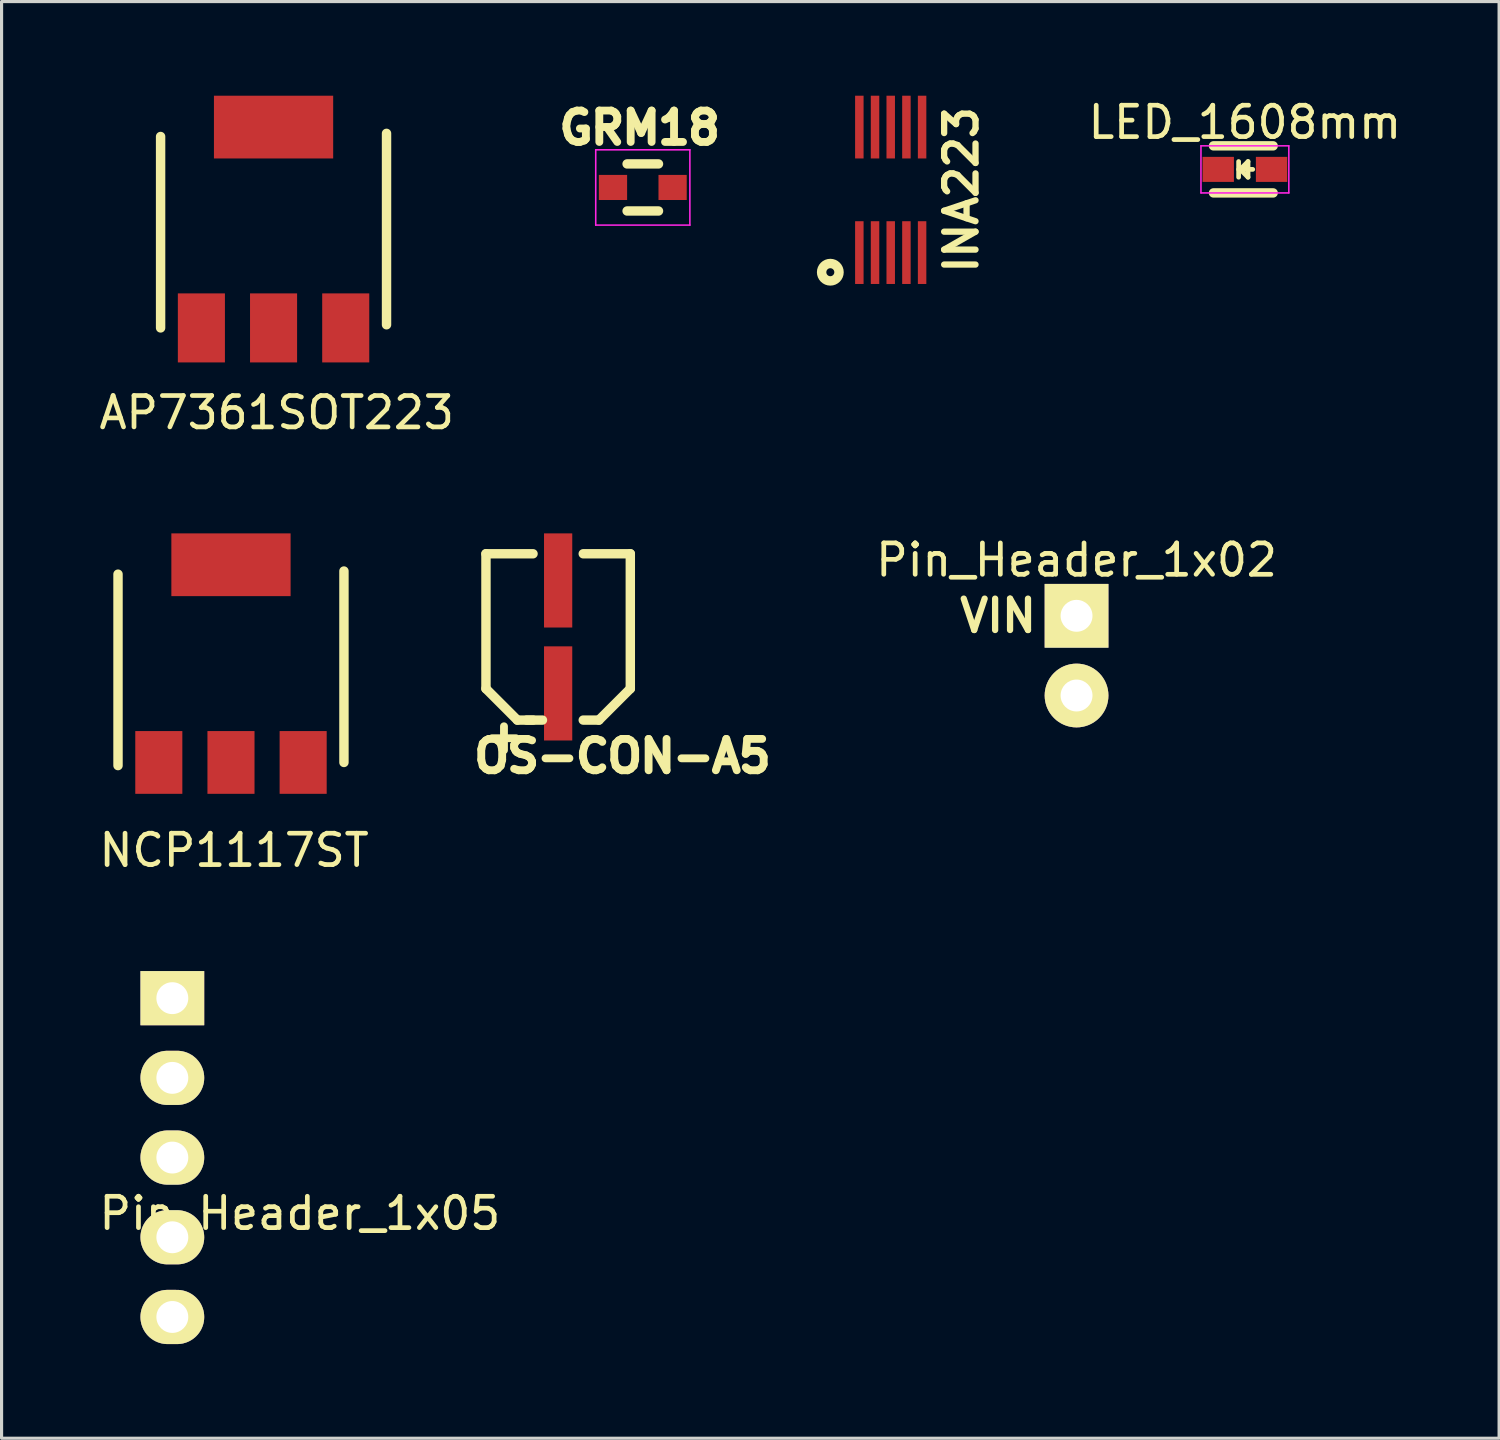
<source format=kicad_pcb>
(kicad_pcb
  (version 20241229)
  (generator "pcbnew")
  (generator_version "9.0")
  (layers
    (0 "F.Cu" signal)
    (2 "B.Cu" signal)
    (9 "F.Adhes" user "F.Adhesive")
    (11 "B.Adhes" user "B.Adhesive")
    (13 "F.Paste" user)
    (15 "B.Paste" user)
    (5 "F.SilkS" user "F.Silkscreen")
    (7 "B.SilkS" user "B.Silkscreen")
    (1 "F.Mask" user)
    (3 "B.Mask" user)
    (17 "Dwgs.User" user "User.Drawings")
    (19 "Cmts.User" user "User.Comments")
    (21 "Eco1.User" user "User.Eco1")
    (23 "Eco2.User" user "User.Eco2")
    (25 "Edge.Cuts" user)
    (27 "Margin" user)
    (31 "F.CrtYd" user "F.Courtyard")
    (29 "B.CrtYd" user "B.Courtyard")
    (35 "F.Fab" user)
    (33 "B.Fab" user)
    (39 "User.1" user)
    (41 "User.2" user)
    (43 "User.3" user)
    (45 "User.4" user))
  (footprint "LED_1608mm"
    (layer "F.Cu")
    (at 36.623 2.348)
    (property "Reference" "LED_1608mm" (at 0 -1.5 0) (layer "F.SilkS") (effects (font (size 1 1) (thickness 0.15))))
    (attr smd)
    (fp_line (start -1 -0.75) (end 0.9 -0.75) (stroke (width 0.3) (type solid)) (layer "F.SilkS"))
    (fp_line (start -1 0.75) (end 0.9 0.75) (stroke (width 0.3) (type solid)) (layer "F.SilkS"))
    (fp_line (start -0.2 -0.25) (end -0.2 0.25) (stroke (width 0.15) (type solid)) (layer "F.SilkS"))
    (fp_line (start -0.2 0) (end 0.25 0) (stroke (width 0.15) (type solid)) (layer "F.SilkS"))
    (fp_line (start -0.15 0) (end 0.1 -0.25) (stroke (width 0.15) (type solid)) (layer "F.SilkS"))
    (fp_line (start 0.1 -0.25) (end 0.1 0.25) (stroke (width 0.15) (type solid)) (layer "F.SilkS"))
    (fp_line (start 0.1 0.25) (end -0.15 0) (stroke (width 0.15) (type solid)) (layer "F.SilkS"))
    (fp_line (start -1.4 -0.75) (end 1.4 -0.75) (stroke (width 0.05) (type solid)) (layer "F.CrtYd"))
    (fp_line (start -1.4 0.75) (end -1.4 -0.75) (stroke (width 0.05) (type solid)) (layer "F.CrtYd"))
    (fp_line (start 1.4 -0.75) (end 1.4 0.75) (stroke (width 0.05) (type solid)) (layer "F.CrtYd"))
    (fp_line (start 1.4 0.75) (end -1.4 0.75) (stroke (width 0.05) (type solid)) (layer "F.CrtYd"))
    (pad "1" smd rect (at -0.85 0 180) (size 1 0.798) (layers "F.Cu" "F.Mask" "F.Paste"))
    (pad "2" smd rect (at 0.85 0 180) (size 1 0.798) (layers "F.Cu" "F.Mask" "F.Paste")))
  (footprint "OS-CON-A5"
    (layer "F.Cu")
    (at 14.737 17.248)
    (property "Reference" "OS-CON-A5" (at 2.05 3.8 0) (layer "F.SilkS") (effects (font (size 1 1) (thickness 0.25))))
    (attr through_hole)
    (fp_line (start -2.3 -2.65) (end -2.3 1.65) (stroke (width 0.3) (type solid)) (layer "F.SilkS"))
    (fp_line (start -2.3 -2.65) (end -0.8 -2.65) (stroke (width 0.3) (type solid)) (layer "F.SilkS"))
    (fp_line (start -1.3 2.65) (end -2.3 1.65) (stroke (width 0.3) (type solid)) (layer "F.SilkS"))
    (fp_line (start -1.3 2.65) (end -0.8 2.65) (stroke (width 0.3) (type solid)) (layer "F.SilkS"))
    (fp_line (start -1 2.65) (end -0.5 2.65) (stroke (width 0.3) (type solid)) (layer "F.SilkS"))
    (fp_line (start 0.8 -2.65) (end 2.3 -2.65) (stroke (width 0.3) (type solid)) (layer "F.SilkS"))
    (fp_line (start 0.8 2.65) (end 1.3 2.65) (stroke (width 0.3) (type solid)) (layer "F.SilkS"))
    (fp_line (start 1.3 2.65) (end 2.3 1.65) (stroke (width 0.3) (type solid)) (layer "F.SilkS"))
    (fp_line (start 2.3 -2.65) (end 2.3 1.65) (stroke (width 0.3) (type solid)) (layer "F.SilkS"))
    (fp_text user "+" (at -1.726 3.16 0) (layer "F.SilkS") (effects (font (size 1 1) (thickness 0.25))))
    (pad "1" smd rect (at 0 1.8) (size 0.9 3) (layers "F.Cu" "F.Mask" "F.Paste"))
    (pad "2" smd rect (at 0 -1.8) (size 0.9 3) (layers "F.Cu" "F.Mask" "F.Paste")))
  (footprint "GRM18"
    (layer "F.Cu")
    (at 17.435 2.924)
    (property "Reference" "GRM18" (at -0.1 -1.9 0) (layer "F.SilkS") (effects (font (size 1 1) (thickness 0.25))))
    (attr smd)
    (fp_line (start -0.5 -0.75) (end 0.5 -0.75) (stroke (width 0.3) (type solid)) (layer "F.SilkS"))
    (fp_line (start 0.5 0.75) (end -0.5 0.75) (stroke (width 0.3) (type solid)) (layer "F.SilkS"))
    (fp_line (start -1.5 -1.2) (end -1.5 1.2) (stroke (width 0.05) (type solid)) (layer "F.CrtYd"))
    (fp_line (start -1.5 -1.2) (end 1.5 -1.2) (stroke (width 0.05) (type solid)) (layer "F.CrtYd"))
    (fp_line (start -1.5 1.2) (end 1.5 1.2) (stroke (width 0.05) (type solid)) (layer "F.CrtYd"))
    (fp_line (start 1.5 -1.2) (end 1.5 1.2) (stroke (width 0.05) (type solid)) (layer "F.CrtYd"))
    (pad "1" smd rect (at -0.95 0) (size 0.9 0.8) (layers "F.Cu" "F.Mask" "F.Paste"))
    (pad "2" smd rect (at 0.95 0) (size 0.9 0.8) (layers "F.Cu" "F.Mask" "F.Paste")))
  (footprint "INA223"
    (layer "F.Cu")
    (at 25.336 3)
    (property "Reference" "INA223" (at 2.25 0 90) (layer "F.SilkS") (effects (font (size 1 1) (thickness 0.2))))
    (attr through_hole)
    (fp_circle (center -1.925 2.625) (end -1.8 2.65) (stroke (width 0.3) (type solid)) (fill no) (layer "F.SilkS"))
    (pad "1" smd rect (at -1 2) (size 0.27 2) (layers "F.Cu" "F.Mask" "F.Paste"))
    (pad "2" smd rect (at -0.5 2) (size 0.27 2) (layers "F.Cu" "F.Mask" "F.Paste"))
    (pad "3" smd rect (at 0 2) (size 0.27 2) (layers "F.Cu" "F.Mask" "F.Paste"))
    (pad "4" smd rect (at 0.5 2) (size 0.27 2) (layers "F.Cu" "F.Mask" "F.Paste"))
    (pad "5" smd rect (at 1 2) (size 0.27 2) (layers "F.Cu" "F.Mask" "F.Paste"))
    (pad "6" smd rect (at 1 -2) (size 0.27 2) (layers "F.Cu" "F.Mask" "F.Paste"))
    (pad "7" smd rect (at 0.5 -2) (size 0.27 2) (layers "F.Cu" "F.Mask" "F.Paste"))
    (pad "8" smd rect (at 0 -2) (size 0.27 2) (layers "F.Cu" "F.Mask" "F.Paste"))
    (pad "9" smd rect (at -0.5 -2) (size 0.27 2) (layers "F.Cu" "F.Mask" "F.Paste"))
    (pad "10" smd rect (at -1 -2) (size 0.27 2) (layers "F.Cu" "F.Mask" "F.Paste")))
  (footprint "NCP1117ST"
    (layer "F.Cu")
    (at 4.311 21.248)
    (property "Reference" "NCP1117ST" (at 0.1 2.8 0) (layer "F.SilkS") (effects (font (size 1 1) (thickness 0.15))))
    (attr through_hole)
    (fp_line (start -3.6 -6) (end -3.6 0.1) (stroke (width 0.3) (type solid)) (layer "F.SilkS"))
    (fp_line (start 3.6 -6.1) (end 3.6 0) (stroke (width 0.3) (type solid)) (layer "F.SilkS"))
    (pad "" smd rect (at 0 -6.3) (size 3.8 2) (layers "F.Cu" "F.Mask" "F.Paste"))
    (pad "1" smd rect (at -2.3 0) (size 1.5 2) (layers "F.Cu" "F.Mask" "F.Paste"))
    (pad "2" smd rect (at 0 0) (size 1.5 2) (layers "F.Cu" "F.Mask" "F.Paste"))
    (pad "3" smd rect (at 2.3 0) (size 1.5 2) (layers "F.Cu" "F.Mask" "F.Paste")))
  (footprint "AP7361SOT223"
    (layer "F.Cu")
    (at 5.668 7.3)
    (property "Reference" "AP7361SOT223" (at 0.1 2.8 0) (layer "F.SilkS") (effects (font (size 1 1) (thickness 0.15))))
    (attr through_hole)
    (fp_line (start -3.6 -6) (end -3.6 0.1) (stroke (width 0.3) (type solid)) (layer "F.SilkS"))
    (fp_line (start 3.6 -6.1) (end 3.6 0) (stroke (width 0.3) (type solid)) (layer "F.SilkS"))
    (pad "" smd rect (at 0 -6.3) (size 3.8 2) (layers "F.Cu" "F.Mask" "F.Paste"))
    (pad "1" smd rect (at -2.3 0.1) (size 1.5 2.2) (layers "F.Cu" "F.Mask" "F.Paste"))
    (pad "2" smd rect (at 0 0.1) (size 1.5 2.2) (layers "F.Cu" "F.Mask" "F.Paste"))
    (pad "3" smd rect (at 2.3 0.1) (size 1.5 2.2) (layers "F.Cu" "F.Mask" "F.Paste")))
  (footprint "Pin_Header_1x02"
    (placed yes)
    (layer "F.Cu")
    (at 31.258 16.575)
    (property "Reference" "Pin_Header_1x02" (at 0 -1.778 0) (layer "F.SilkS") (effects (font (size 1 1) (thickness 0.15))))
    (attr through_hole)
    (fp_text user "VIN" (at -2.5 0 0) (layer "F.SilkS") (effects (font (size 1 1) (thickness 0.2))))
    (pad "1" thru_hole rect (at 0 0) (size 2.032 2.032) (drill 1.016) (layers "*.Cu" "*.Mask" "F.SilkS"))
    (pad "2" thru_hole oval (at 0 2.54) (size 2.032 2.032) (drill 1.016) (layers "*.Cu" "*.Mask" "F.SilkS")))
  (footprint "Pin_Header_1x05"
    (placed yes)
    (layer "F.Cu")
    (at 2.442 28.76)
    (property "Reference" "Pin_Header_1x05" (at 4.064 6.858 0) (layer "F.SilkS") (effects (font (size 1 1) (thickness 0.15))))
    (attr through_hole)
    (pad "1" thru_hole rect (at 0 0) (size 2.032 1.727) (drill 1.016) (layers "*.Cu" "*.Mask" "F.SilkS"))
    (pad "2" thru_hole oval (at 0 2.54) (size 2.032 1.727) (drill 1.016) (layers "*.Cu" "*.Mask" "F.SilkS"))
    (pad "3" thru_hole oval (at 0 5.08) (size 2.032 1.727) (drill 1.016) (layers "*.Cu" "*.Mask" "F.SilkS"))
    (pad "4" thru_hole oval (at 0 7.62) (size 2.032 1.727) (drill 1.016) (layers "*.Cu" "*.Mask" "F.SilkS"))
    (pad "5" thru_hole oval (at 0 10.16) (size 2.032 1.727) (drill 1.016) (layers "*.Cu" "*.Mask" "F.SilkS")))
  (gr_rect
    (start -3 -3)
    (end 44.724 42.784)
    (stroke (width 0.1) (type default))
    (fill no)
    (layer "Edge.Cuts")))
</source>
